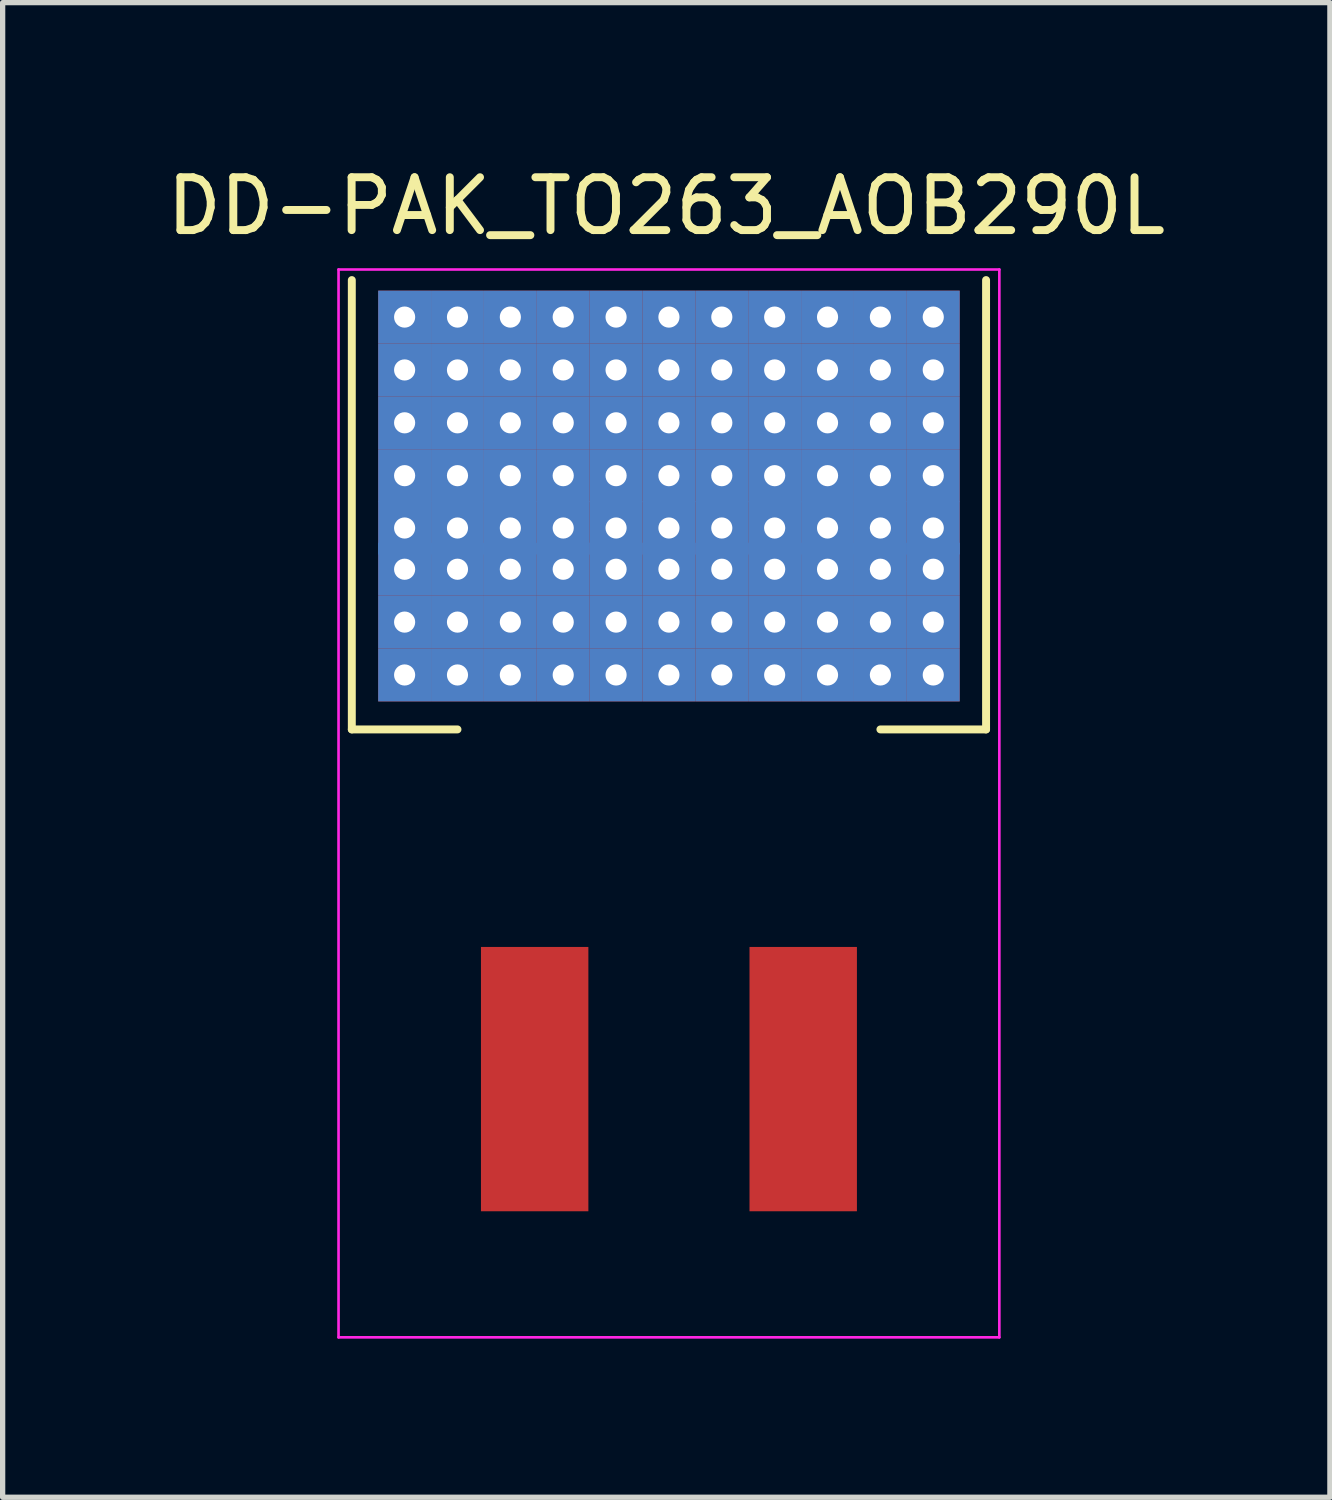
<source format=kicad_pcb>
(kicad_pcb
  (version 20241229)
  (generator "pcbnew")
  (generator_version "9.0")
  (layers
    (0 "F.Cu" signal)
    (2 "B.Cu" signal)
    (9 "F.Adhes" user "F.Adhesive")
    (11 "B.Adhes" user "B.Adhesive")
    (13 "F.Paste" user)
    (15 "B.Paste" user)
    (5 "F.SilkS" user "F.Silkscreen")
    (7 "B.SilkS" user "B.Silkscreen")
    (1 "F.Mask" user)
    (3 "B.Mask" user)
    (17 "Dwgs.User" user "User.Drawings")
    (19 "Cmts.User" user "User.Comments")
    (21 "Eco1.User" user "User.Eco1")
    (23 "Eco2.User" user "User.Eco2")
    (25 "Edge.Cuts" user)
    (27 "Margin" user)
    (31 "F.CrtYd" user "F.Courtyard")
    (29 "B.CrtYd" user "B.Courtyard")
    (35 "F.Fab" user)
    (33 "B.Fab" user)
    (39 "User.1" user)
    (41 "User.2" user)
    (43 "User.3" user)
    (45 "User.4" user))
  (footprint "DD-PAK_TO263_AOB290L"
    (layer "F.Cu")
    (at 3.904 2.248)
    (property "Reference" "DD-PAK_TO263_AOB290L" (at 5.65 -1.4 0) (layer "F.SilkS") (effects (font (size 1 1) (thickness 0.15))))
    (attr smd)
    (fp_line (start 0.2 0.2) (end 11.2 0.2) (stroke (width 0.45) (type solid)) (layer "F.Mask"))
    (fp_line (start 0.2 7.98) (end 0.2 0.2) (stroke (width 0.45) (type solid)) (layer "F.Mask"))
    (fp_line (start 0.44 0.37) (end 0.44 7.95) (stroke (width 0.45) (type solid)) (layer "F.Mask"))
    (fp_line (start 0.45 1.2) (end 10.95 1.2) (stroke (width 0.45) (type solid)) (layer "F.Mask"))
    (fp_line (start 0.45 2.2) (end 10.95 2.2) (stroke (width 0.45) (type solid)) (layer "F.Mask"))
    (fp_line (start 0.45 3.2) (end 10.95 3.2) (stroke (width 0.45) (type solid)) (layer "F.Mask"))
    (fp_line (start 0.45 5.19) (end 10.95 5.19) (stroke (width 0.45) (type solid)) (layer "F.Mask"))
    (fp_line (start 0.45 5.97) (end 10.95 5.97) (stroke (width 0.45) (type solid)) (layer "F.Mask"))
    (fp_line (start 0.45 6.97) (end 10.95 6.97) (stroke (width 0.45) (type solid)) (layer "F.Mask"))
    (fp_line (start 0.46 4.18) (end 10.96 4.18) (stroke (width 0.45) (type solid)) (layer "F.Mask"))
    (fp_line (start 0.78 0.37) (end 0.78 7.95) (stroke (width 0.45) (type solid)) (layer "F.Mask"))
    (fp_line (start 1.2 0.4) (end 1.2 7.98) (stroke (width 0.45) (type solid)) (layer "F.Mask"))
    (fp_line (start 1.54 0.37) (end 1.54 7.95) (stroke (width 0.45) (type solid)) (layer "F.Mask"))
    (fp_line (start 1.88 0.37) (end 1.88 7.95) (stroke (width 0.45) (type solid)) (layer "F.Mask"))
    (fp_line (start 2.2 0.4) (end 2.2 7.98) (stroke (width 0.45) (type solid)) (layer "F.Mask"))
    (fp_line (start 2.3 0.4) (end 2.3 7.98) (stroke (width 0.45) (type solid)) (layer "F.Mask"))
    (fp_line (start 2.57 0.32) (end 2.57 7.9) (stroke (width 0.45) (type solid)) (layer "F.Mask"))
    (fp_line (start 2.91 0.32) (end 2.91 7.9) (stroke (width 0.45) (type solid)) (layer "F.Mask"))
    (fp_line (start 3.2 0.4) (end 3.2 7.98) (stroke (width 0.45) (type solid)) (layer "F.Mask"))
    (fp_line (start 3.33 0.35) (end 3.33 7.93) (stroke (width 0.45) (type solid)) (layer "F.Mask"))
    (fp_line (start 3.41 0.32) (end 3.41 7.9) (stroke (width 0.45) (type solid)) (layer "F.Mask"))
    (fp_line (start 3.75 0.32) (end 3.75 7.9) (stroke (width 0.45) (type solid)) (layer "F.Mask"))
    (fp_line (start 4.17 0.35) (end 4.17 7.93) (stroke (width 0.45) (type solid)) (layer "F.Mask"))
    (fp_line (start 4.2 0.4) (end 4.2 7.98) (stroke (width 0.45) (type solid)) (layer "F.Mask"))
    (fp_line (start 4.51 0.29) (end 4.51 7.87) (stroke (width 0.45) (type solid)) (layer "F.Mask"))
    (fp_line (start 4.85 0.29) (end 4.85 7.87) (stroke (width 0.45) (type solid)) (layer "F.Mask"))
    (fp_line (start 5.2 0.4) (end 5.2 7.98) (stroke (width 0.45) (type solid)) (layer "F.Mask"))
    (fp_line (start 5.27 0.32) (end 5.27 7.9) (stroke (width 0.45) (type solid)) (layer "F.Mask"))
    (fp_line (start 5.45 0.29) (end 5.45 7.87) (stroke (width 0.45) (type solid)) (layer "F.Mask"))
    (fp_line (start 5.79 0.29) (end 5.79 7.87) (stroke (width 0.45) (type solid)) (layer "F.Mask"))
    (fp_line (start 6.2 0.4) (end 6.2 7.98) (stroke (width 0.45) (type solid)) (layer "F.Mask"))
    (fp_line (start 6.21 0.32) (end 6.21 7.9) (stroke (width 0.45) (type solid)) (layer "F.Mask"))
    (fp_line (start 6.43 0.32) (end 6.43 7.9) (stroke (width 0.45) (type solid)) (layer "F.Mask"))
    (fp_line (start 6.77 0.32) (end 6.77 7.9) (stroke (width 0.45) (type solid)) (layer "F.Mask"))
    (fp_line (start 7.19 0.35) (end 7.19 7.93) (stroke (width 0.45) (type solid)) (layer "F.Mask"))
    (fp_line (start 7.2 0.4) (end 7.2 7.98) (stroke (width 0.45) (type solid)) (layer "F.Mask"))
    (fp_line (start 7.41 0.32) (end 7.41 7.9) (stroke (width 0.45) (type solid)) (layer "F.Mask"))
    (fp_line (start 7.75 0.32) (end 7.75 7.9) (stroke (width 0.45) (type solid)) (layer "F.Mask"))
    (fp_line (start 8.17 0.35) (end 8.17 7.93) (stroke (width 0.45) (type solid)) (layer "F.Mask"))
    (fp_line (start 8.2 0.4) (end 8.2 7.98) (stroke (width 0.45) (type solid)) (layer "F.Mask"))
    (fp_line (start 8.32 0.27) (end 8.32 7.85) (stroke (width 0.45) (type solid)) (layer "F.Mask"))
    (fp_line (start 8.66 0.27) (end 8.66 7.85) (stroke (width 0.45) (type solid)) (layer "F.Mask"))
    (fp_line (start 9.08 0.3) (end 9.08 7.88) (stroke (width 0.45) (type solid)) (layer "F.Mask"))
    (fp_line (start 9.2 0.4) (end 9.2 7.98) (stroke (width 0.45) (type solid)) (layer "F.Mask"))
    (fp_line (start 9.52 0.29) (end 9.52 7.87) (stroke (width 0.45) (type solid)) (layer "F.Mask"))
    (fp_line (start 9.86 0.29) (end 9.86 7.87) (stroke (width 0.45) (type solid)) (layer "F.Mask"))
    (fp_line (start 10.16 0.25) (end 10.16 7.83) (stroke (width 0.45) (type solid)) (layer "F.Mask"))
    (fp_line (start 10.2 0.4) (end 10.2 7.98) (stroke (width 0.45) (type solid)) (layer "F.Mask"))
    (fp_line (start 10.28 0.32) (end 10.28 7.9) (stroke (width 0.45) (type solid)) (layer "F.Mask"))
    (fp_line (start 10.5 0.25) (end 10.5 7.83) (stroke (width 0.45) (type solid)) (layer "F.Mask"))
    (fp_line (start 10.92 0.28) (end 10.92 7.86) (stroke (width 0.45) (type solid)) (layer "F.Mask"))
    (fp_line (start 11.2 0.2) (end 11.2 7.98) (stroke (width 0.45) (type solid)) (layer "F.Mask"))
    (fp_line (start 11.2 7.98) (end 0.2 7.98) (stroke (width 0.45) (type solid)) (layer "F.Mask"))
    (fp_circle (center 0.7 0.7) (end 0.8 0.7) (stroke (width 0.215) (type solid)) (fill no) (layer "F.Mask"))
    (fp_circle (center 0.7 1.7) (end 0.8 1.7) (stroke (width 0.215) (type solid)) (fill no) (layer "F.Mask"))
    (fp_circle (center 0.7 2.7) (end 0.8 2.7) (stroke (width 0.215) (type solid)) (fill no) (layer "F.Mask"))
    (fp_circle (center 0.7 3.7) (end 0.8 3.7) (stroke (width 0.215) (type solid)) (fill no) (layer "F.Mask"))
    (fp_circle (center 0.7 5.47) (end 0.8 5.47) (stroke (width 0.215) (type solid)) (fill no) (layer "F.Mask"))
    (fp_circle (center 0.7 6.47) (end 0.8 6.47) (stroke (width 0.215) (type solid)) (fill no) (layer "F.Mask"))
    (fp_circle (center 0.7 7.47) (end 0.8 7.47) (stroke (width 0.215) (type solid)) (fill no) (layer "F.Mask"))
    (fp_circle (center 1.7 0.7) (end 1.8 0.7) (stroke (width 0.215) (type solid)) (fill no) (layer "F.Mask"))
    (fp_circle (center 1.7 1.7) (end 1.8 1.7) (stroke (width 0.215) (type solid)) (fill no) (layer "F.Mask"))
    (fp_circle (center 1.7 2.7) (end 1.8 2.7) (stroke (width 0.215) (type solid)) (fill no) (layer "F.Mask"))
    (fp_circle (center 1.7 3.7) (end 1.8 3.7) (stroke (width 0.215) (type solid)) (fill no) (layer "F.Mask"))
    (fp_circle (center 1.7 5.47) (end 1.8 5.47) (stroke (width 0.215) (type solid)) (fill no) (layer "F.Mask"))
    (fp_circle (center 1.7 6.47) (end 1.8 6.47) (stroke (width 0.215) (type solid)) (fill no) (layer "F.Mask"))
    (fp_circle (center 1.7 7.47) (end 1.8 7.47) (stroke (width 0.215) (type solid)) (fill no) (layer "F.Mask"))
    (fp_circle (center 2.7 0.7) (end 2.8 0.7) (stroke (width 0.215) (type solid)) (fill no) (layer "F.Mask"))
    (fp_circle (center 2.7 1.7) (end 2.8 1.7) (stroke (width 0.215) (type solid)) (fill no) (layer "F.Mask"))
    (fp_circle (center 2.7 2.7) (end 2.8 2.7) (stroke (width 0.215) (type solid)) (fill no) (layer "F.Mask"))
    (fp_circle (center 2.7 3.7) (end 2.8 3.7) (stroke (width 0.215) (type solid)) (fill no) (layer "F.Mask"))
    (fp_circle (center 2.7 5.47) (end 2.8 5.47) (stroke (width 0.215) (type solid)) (fill no) (layer "F.Mask"))
    (fp_circle (center 2.7 6.47) (end 2.8 6.47) (stroke (width 0.215) (type solid)) (fill no) (layer "F.Mask"))
    (fp_circle (center 2.7 7.47) (end 2.8 7.47) (stroke (width 0.215) (type solid)) (fill no) (layer "F.Mask"))
    (fp_circle (center 3.7 0.7) (end 3.8 0.7) (stroke (width 0.215) (type solid)) (fill no) (layer "F.Mask"))
    (fp_circle (center 3.7 1.7) (end 3.8 1.7) (stroke (width 0.215) (type solid)) (fill no) (layer "F.Mask"))
    (fp_circle (center 3.7 2.7) (end 3.8 2.7) (stroke (width 0.215) (type solid)) (fill no) (layer "F.Mask"))
    (fp_circle (center 3.7 3.7) (end 3.8 3.7) (stroke (width 0.215) (type solid)) (fill no) (layer "F.Mask"))
    (fp_circle (center 3.7 5.47) (end 3.8 5.47) (stroke (width 0.215) (type solid)) (fill no) (layer "F.Mask"))
    (fp_circle (center 3.7 6.47) (end 3.8 6.47) (stroke (width 0.215) (type solid)) (fill no) (layer "F.Mask"))
    (fp_circle (center 3.7 7.47) (end 3.8 7.47) (stroke (width 0.215) (type solid)) (fill no) (layer "F.Mask"))
    (fp_circle (center 4.7 0.7) (end 4.8 0.7) (stroke (width 0.215) (type solid)) (fill no) (layer "F.Mask"))
    (fp_circle (center 4.7 1.7) (end 4.8 1.7) (stroke (width 0.215) (type solid)) (fill no) (layer "F.Mask"))
    (fp_circle (center 4.7 2.7) (end 4.8 2.7) (stroke (width 0.215) (type solid)) (fill no) (layer "F.Mask"))
    (fp_circle (center 4.7 3.7) (end 4.8 3.7) (stroke (width 0.215) (type solid)) (fill no) (layer "F.Mask"))
    (fp_circle (center 4.7 5.47) (end 4.8 5.47) (stroke (width 0.215) (type solid)) (fill no) (layer "F.Mask"))
    (fp_circle (center 4.7 6.47) (end 4.8 6.47) (stroke (width 0.215) (type solid)) (fill no) (layer "F.Mask"))
    (fp_circle (center 4.7 7.47) (end 4.8 7.47) (stroke (width 0.215) (type solid)) (fill no) (layer "F.Mask"))
    (fp_circle (center 5.7 0.7) (end 5.8 0.7) (stroke (width 0.215) (type solid)) (fill no) (layer "F.Mask"))
    (fp_circle (center 5.7 1.7) (end 5.8 1.7) (stroke (width 0.215) (type solid)) (fill no) (layer "F.Mask"))
    (fp_circle (center 5.7 2.7) (end 5.8 2.7) (stroke (width 0.215) (type solid)) (fill no) (layer "F.Mask"))
    (fp_circle (center 5.7 3.7) (end 5.8 3.7) (stroke (width 0.215) (type solid)) (fill no) (layer "F.Mask"))
    (fp_circle (center 5.7 5.47) (end 5.8 5.47) (stroke (width 0.215) (type solid)) (fill no) (layer "F.Mask"))
    (fp_circle (center 5.7 6.47) (end 5.8 6.47) (stroke (width 0.215) (type solid)) (fill no) (layer "F.Mask"))
    (fp_circle (center 5.7 7.47) (end 5.8 7.47) (stroke (width 0.215) (type solid)) (fill no) (layer "F.Mask"))
    (fp_circle (center 6.7 0.7) (end 6.8 0.7) (stroke (width 0.215) (type solid)) (fill no) (layer "F.Mask"))
    (fp_circle (center 6.7 1.7) (end 6.8 1.7) (stroke (width 0.215) (type solid)) (fill no) (layer "F.Mask"))
    (fp_circle (center 6.7 2.7) (end 6.8 2.7) (stroke (width 0.215) (type solid)) (fill no) (layer "F.Mask"))
    (fp_circle (center 6.7 3.7) (end 6.8 3.7) (stroke (width 0.215) (type solid)) (fill no) (layer "F.Mask"))
    (fp_circle (center 6.7 5.47) (end 6.8 5.47) (stroke (width 0.215) (type solid)) (fill no) (layer "F.Mask"))
    (fp_circle (center 6.7 6.47) (end 6.8 6.47) (stroke (width 0.215) (type solid)) (fill no) (layer "F.Mask"))
    (fp_circle (center 6.7 7.47) (end 6.8 7.47) (stroke (width 0.215) (type solid)) (fill no) (layer "F.Mask"))
    (fp_circle (center 7.7 0.7) (end 7.8 0.7) (stroke (width 0.215) (type solid)) (fill no) (layer "F.Mask"))
    (fp_circle (center 7.7 1.7) (end 7.8 1.7) (stroke (width 0.215) (type solid)) (fill no) (layer "F.Mask"))
    (fp_circle (center 7.7 2.7) (end 7.8 2.7) (stroke (width 0.215) (type solid)) (fill no) (layer "F.Mask"))
    (fp_circle (center 7.7 3.7) (end 7.8 3.7) (stroke (width 0.215) (type solid)) (fill no) (layer "F.Mask"))
    (fp_circle (center 7.7 5.47) (end 7.8 5.47) (stroke (width 0.215) (type solid)) (fill no) (layer "F.Mask"))
    (fp_circle (center 7.7 6.47) (end 7.8 6.47) (stroke (width 0.215) (type solid)) (fill no) (layer "F.Mask"))
    (fp_circle (center 7.7 7.47) (end 7.8 7.47) (stroke (width 0.215) (type solid)) (fill no) (layer "F.Mask"))
    (fp_circle (center 8.7 0.7) (end 8.8 0.7) (stroke (width 0.215) (type solid)) (fill no) (layer "F.Mask"))
    (fp_circle (center 8.7 1.7) (end 8.8 1.7) (stroke (width 0.215) (type solid)) (fill no) (layer "F.Mask"))
    (fp_circle (center 8.7 2.7) (end 8.8 2.7) (stroke (width 0.215) (type solid)) (fill no) (layer "F.Mask"))
    (fp_circle (center 8.7 3.7) (end 8.8 3.7) (stroke (width 0.215) (type solid)) (fill no) (layer "F.Mask"))
    (fp_circle (center 8.7 5.47) (end 8.8 5.47) (stroke (width 0.215) (type solid)) (fill no) (layer "F.Mask"))
    (fp_circle (center 8.7 6.47) (end 8.8 6.47) (stroke (width 0.215) (type solid)) (fill no) (layer "F.Mask"))
    (fp_circle (center 8.7 7.47) (end 8.8 7.47) (stroke (width 0.215) (type solid)) (fill no) (layer "F.Mask"))
    (fp_circle (center 9.7 0.7) (end 9.8 0.7) (stroke (width 0.215) (type solid)) (fill no) (layer "F.Mask"))
    (fp_circle (center 9.7 1.7) (end 9.8 1.7) (stroke (width 0.215) (type solid)) (fill no) (layer "F.Mask"))
    (fp_circle (center 9.7 2.7) (end 9.8 2.7) (stroke (width 0.215) (type solid)) (fill no) (layer "F.Mask"))
    (fp_circle (center 9.7 3.7) (end 9.8 3.7) (stroke (width 0.215) (type solid)) (fill no) (layer "F.Mask"))
    (fp_circle (center 9.7 5.47) (end 9.8 5.47) (stroke (width 0.215) (type solid)) (fill no) (layer "F.Mask"))
    (fp_circle (center 9.7 6.47) (end 9.8 6.47) (stroke (width 0.215) (type solid)) (fill no) (layer "F.Mask"))
    (fp_circle (center 9.7 7.47) (end 9.8 7.47) (stroke (width 0.215) (type solid)) (fill no) (layer "F.Mask"))
    (fp_circle (center 10.7 0.7) (end 10.8 0.7) (stroke (width 0.215) (type solid)) (fill no) (layer "F.Mask"))
    (fp_circle (center 10.7 1.7) (end 10.8 1.7) (stroke (width 0.215) (type solid)) (fill no) (layer "F.Mask"))
    (fp_circle (center 10.7 2.7) (end 10.8 2.7) (stroke (width 0.215) (type solid)) (fill no) (layer "F.Mask"))
    (fp_circle (center 10.7 3.7) (end 10.8 3.7) (stroke (width 0.215) (type solid)) (fill no) (layer "F.Mask"))
    (fp_circle (center 10.7 5.47) (end 10.8 5.47) (stroke (width 0.215) (type solid)) (fill no) (layer "F.Mask"))
    (fp_circle (center 10.7 6.47) (end 10.8 6.47) (stroke (width 0.215) (type solid)) (fill no) (layer "F.Mask"))
    (fp_circle (center 10.7 7.47) (end 10.8 7.47) (stroke (width 0.215) (type solid)) (fill no) (layer "F.Mask"))
    (fp_line (start -0.299 0) (end -0.299 8.5) (stroke (width 0.15) (type solid)) (layer "F.SilkS"))
    (fp_line (start -0.299 8.5) (end 1.7 8.5) (stroke (width 0.15) (type solid)) (layer "F.SilkS"))
    (fp_line (start 9.7 8.5) (end 11.699 8.5) (stroke (width 0.15) (type solid)) (layer "F.SilkS"))
    (fp_line (start 11.699 8.5) (end 11.699 0) (stroke (width 0.15) (type solid)) (layer "F.SilkS"))
    (fp_line (start 0.45 1.2) (end 10.95 1.2) (stroke (width 0.45) (type solid)) (layer "F.Paste"))
    (fp_line (start 0.45 2.2) (end 10.95 2.2) (stroke (width 0.45) (type solid)) (layer "F.Paste"))
    (fp_line (start 0.45 3.2) (end 10.95 3.2) (stroke (width 0.45) (type solid)) (layer "F.Paste"))
    (fp_line (start 0.45 5.19) (end 10.95 5.19) (stroke (width 0.45) (type solid)) (layer "F.Paste"))
    (fp_line (start 0.45 5.97) (end 10.95 5.97) (stroke (width 0.45) (type solid)) (layer "F.Paste"))
    (fp_line (start 0.45 6.97) (end 10.95 6.97) (stroke (width 0.45) (type solid)) (layer "F.Paste"))
    (fp_line (start -0.55 -0.2) (end 11.95 -0.2) (stroke (width 0.05) (type solid)) (layer "F.CrtYd"))
    (fp_line (start -0.55 20) (end -0.55 -0.2) (stroke (width 0.05) (type solid)) (layer "F.CrtYd"))
    (fp_line (start 11.95 -0.2) (end 11.95 20) (stroke (width 0.05) (type solid)) (layer "F.CrtYd"))
    (fp_line (start 11.95 20) (end -0.55 20) (stroke (width 0.05) (type solid)) (layer "F.CrtYd"))
    (pad "1" smd rect (at 3.16 15.115) (size 2.032 5) (layers "F.Cu" "F.Mask" "F.Paste"))
    (pad "2" thru_hole rect (at 0.7 0.7) (size 1 1) (drill 0.4) (layers "*.Cu" "B.Mask"))
    (pad "2" thru_hole rect (at 0.7 1.7) (size 1 1) (drill 0.4) (layers "*.Cu" "B.Mask"))
    (pad "2" thru_hole rect (at 0.7 2.7) (size 1 1) (drill 0.4) (layers "*.Cu" "B.Mask"))
    (pad "2" thru_hole rect (at 0.7 3.7) (size 1 1) (drill 0.4) (layers "*.Cu" "B.Mask"))
    (pad "2" thru_hole rect (at 0.7 4.69) (size 1 1) (drill 0.4) (layers "*.Cu" "B.Mask"))
    (pad "2" thru_hole rect (at 0.7 5.47) (size 1 1) (drill 0.4) (layers "*.Cu" "B.Mask"))
    (pad "2" thru_hole rect (at 0.7 6.47) (size 1 1) (drill 0.4) (layers "*.Cu" "B.Mask"))
    (pad "2" thru_hole rect (at 0.7 7.47) (size 1 1) (drill 0.4) (layers "*.Cu" "B.Mask"))
    (pad "2" thru_hole rect (at 1.7 0.7) (size 1 1) (drill 0.4) (layers "*.Cu" "B.Mask"))
    (pad "2" thru_hole rect (at 1.7 1.7) (size 1 1) (drill 0.4) (layers "*.Cu" "B.Mask"))
    (pad "2" thru_hole rect (at 1.7 2.7) (size 1 1) (drill 0.4) (layers "*.Cu" "B.Mask"))
    (pad "2" thru_hole rect (at 1.7 3.7) (size 1 1) (drill 0.4) (layers "*.Cu" "B.Mask"))
    (pad "2" thru_hole rect (at 1.7 4.69) (size 1 1) (drill 0.4) (layers "*.Cu" "B.Mask"))
    (pad "2" thru_hole rect (at 1.7 5.47) (size 1 1) (drill 0.4) (layers "*.Cu" "B.Mask"))
    (pad "2" thru_hole rect (at 1.7 6.47) (size 1 1) (drill 0.4) (layers "*.Cu" "B.Mask"))
    (pad "2" thru_hole rect (at 1.7 7.47) (size 1 1) (drill 0.4) (layers "*.Cu" "B.Mask"))
    (pad "2" thru_hole rect (at 2.7 0.7) (size 1 1) (drill 0.4) (layers "*.Cu" "B.Mask"))
    (pad "2" thru_hole rect (at 2.7 1.7) (size 1 1) (drill 0.4) (layers "*.Cu" "B.Mask"))
    (pad "2" thru_hole rect (at 2.7 2.7) (size 1 1) (drill 0.4) (layers "*.Cu" "B.Mask"))
    (pad "2" thru_hole rect (at 2.7 3.7) (size 1 1) (drill 0.4) (layers "*.Cu" "B.Mask"))
    (pad "2" thru_hole rect (at 2.7 4.69) (size 1 1) (drill 0.4) (layers "*.Cu" "B.Mask"))
    (pad "2" thru_hole rect (at 2.7 5.47) (size 1 1) (drill 0.4) (layers "*.Cu" "B.Mask"))
    (pad "2" thru_hole rect (at 2.7 6.47) (size 1 1) (drill 0.4) (layers "*.Cu" "B.Mask"))
    (pad "2" thru_hole rect (at 2.7 7.47) (size 1 1) (drill 0.4) (layers "*.Cu" "B.Mask"))
    (pad "2" thru_hole rect (at 3.7 0.7) (size 1 1) (drill 0.4) (layers "*.Cu" "B.Mask"))
    (pad "2" thru_hole rect (at 3.7 1.7) (size 1 1) (drill 0.4) (layers "*.Cu" "B.Mask"))
    (pad "2" thru_hole rect (at 3.7 2.7) (size 1 1) (drill 0.4) (layers "*.Cu" "B.Mask"))
    (pad "2" thru_hole rect (at 3.7 3.7) (size 1 1) (drill 0.4) (layers "*.Cu" "B.Mask"))
    (pad "2" thru_hole rect (at 3.7 4.69) (size 1 1) (drill 0.4) (layers "*.Cu" "B.Mask"))
    (pad "2" thru_hole rect (at 3.7 5.47) (size 1 1) (drill 0.4) (layers "*.Cu" "B.Mask"))
    (pad "2" thru_hole rect (at 3.7 6.47) (size 1 1) (drill 0.4) (layers "*.Cu" "B.Mask"))
    (pad "2" thru_hole rect (at 3.7 7.47) (size 1 1) (drill 0.4) (layers "*.Cu" "B.Mask"))
    (pad "2" thru_hole rect (at 4.7 0.7) (size 1 1) (drill 0.4) (layers "*.Cu" "B.Mask"))
    (pad "2" thru_hole rect (at 4.7 1.7) (size 1 1) (drill 0.4) (layers "*.Cu" "B.Mask"))
    (pad "2" thru_hole rect (at 4.7 2.7) (size 1 1) (drill 0.4) (layers "*.Cu" "B.Mask"))
    (pad "2" thru_hole rect (at 4.7 3.7) (size 1 1) (drill 0.4) (layers "*.Cu" "B.Mask"))
    (pad "2" thru_hole rect (at 4.7 4.69) (size 1 1) (drill 0.4) (layers "*.Cu" "B.Mask"))
    (pad "2" thru_hole rect (at 4.7 5.47) (size 1 1) (drill 0.4) (layers "*.Cu" "B.Mask"))
    (pad "2" thru_hole rect (at 4.7 6.47) (size 1 1) (drill 0.4) (layers "*.Cu" "B.Mask"))
    (pad "2" thru_hole rect (at 4.7 7.47) (size 1 1) (drill 0.4) (layers "*.Cu" "B.Mask"))
    (pad "2" thru_hole rect (at 5.7 0.7) (size 1 1) (drill 0.4) (layers "*.Cu" "B.Mask"))
    (pad "2" thru_hole rect (at 5.7 1.7) (size 1 1) (drill 0.4) (layers "*.Cu" "B.Mask"))
    (pad "2" thru_hole rect (at 5.7 2.7) (size 1 1) (drill 0.4) (layers "*.Cu" "B.Mask"))
    (pad "2" thru_hole rect (at 5.7 3.7) (size 1 1) (drill 0.4) (layers "*.Cu" "B.Mask"))
    (pad "2" thru_hole rect (at 5.7 4.69) (size 1 1) (drill 0.4) (layers "*.Cu" "B.Mask"))
    (pad "2" thru_hole rect (at 5.7 5.47) (size 1 1) (drill 0.4) (layers "*.Cu" "B.Mask"))
    (pad "2" thru_hole rect (at 5.7 6.47) (size 1 1) (drill 0.4) (layers "*.Cu" "B.Mask"))
    (pad "2" thru_hole rect (at 5.7 7.47) (size 1 1) (drill 0.4) (layers "*.Cu" "B.Mask"))
    (pad "2" thru_hole rect (at 6.7 0.7) (size 1 1) (drill 0.4) (layers "*.Cu" "B.Mask"))
    (pad "2" thru_hole rect (at 6.7 1.7) (size 1 1) (drill 0.4) (layers "*.Cu" "B.Mask"))
    (pad "2" thru_hole rect (at 6.7 2.7) (size 1 1) (drill 0.4) (layers "*.Cu" "B.Mask"))
    (pad "2" thru_hole rect (at 6.7 3.7) (size 1 1) (drill 0.4) (layers "*.Cu" "B.Mask"))
    (pad "2" thru_hole rect (at 6.7 4.69) (size 1 1) (drill 0.4) (layers "*.Cu" "B.Mask"))
    (pad "2" thru_hole rect (at 6.7 5.47) (size 1 1) (drill 0.4) (layers "*.Cu" "B.Mask"))
    (pad "2" thru_hole rect (at 6.7 6.47) (size 1 1) (drill 0.4) (layers "*.Cu" "B.Mask"))
    (pad "2" thru_hole rect (at 6.7 7.47) (size 1 1) (drill 0.4) (layers "*.Cu" "B.Mask"))
    (pad "2" thru_hole rect (at 7.7 0.7) (size 1 1) (drill 0.4) (layers "*.Cu" "B.Mask"))
    (pad "2" thru_hole rect (at 7.7 1.7) (size 1 1) (drill 0.4) (layers "*.Cu" "B.Mask"))
    (pad "2" thru_hole rect (at 7.7 2.7) (size 1 1) (drill 0.4) (layers "*.Cu" "B.Mask"))
    (pad "2" thru_hole rect (at 7.7 3.7) (size 1 1) (drill 0.4) (layers "*.Cu" "B.Mask"))
    (pad "2" thru_hole rect (at 7.7 4.69) (size 1 1) (drill 0.4) (layers "*.Cu" "B.Mask"))
    (pad "2" thru_hole rect (at 7.7 5.47) (size 1 1) (drill 0.4) (layers "*.Cu" "B.Mask"))
    (pad "2" thru_hole rect (at 7.7 6.47) (size 1 1) (drill 0.4) (layers "*.Cu" "B.Mask"))
    (pad "2" thru_hole rect (at 7.7 7.47) (size 1 1) (drill 0.4) (layers "*.Cu" "B.Mask"))
    (pad "2" thru_hole rect (at 8.7 0.7) (size 1 1) (drill 0.4) (layers "*.Cu" "B.Mask"))
    (pad "2" thru_hole rect (at 8.7 1.7) (size 1 1) (drill 0.4) (layers "*.Cu" "B.Mask"))
    (pad "2" thru_hole rect (at 8.7 2.7) (size 1 1) (drill 0.4) (layers "*.Cu" "B.Mask"))
    (pad "2" thru_hole rect (at 8.7 3.7) (size 1 1) (drill 0.4) (layers "*.Cu" "B.Mask"))
    (pad "2" thru_hole rect (at 8.7 4.69) (size 1 1) (drill 0.4) (layers "*.Cu" "B.Mask"))
    (pad "2" thru_hole rect (at 8.7 5.47) (size 1 1) (drill 0.4) (layers "*.Cu" "B.Mask"))
    (pad "2" thru_hole rect (at 8.7 6.47) (size 1 1) (drill 0.4) (layers "*.Cu" "B.Mask"))
    (pad "2" thru_hole rect (at 8.7 7.47) (size 1 1) (drill 0.4) (layers "*.Cu" "B.Mask"))
    (pad "2" thru_hole rect (at 9.7 0.7) (size 1 1) (drill 0.4) (layers "*.Cu" "B.Mask"))
    (pad "2" thru_hole rect (at 9.7 1.7) (size 1 1) (drill 0.4) (layers "*.Cu" "B.Mask"))
    (pad "2" thru_hole rect (at 9.7 2.7) (size 1 1) (drill 0.4) (layers "*.Cu" "B.Mask"))
    (pad "2" thru_hole rect (at 9.7 3.7) (size 1 1) (drill 0.4) (layers "*.Cu" "B.Mask"))
    (pad "2" thru_hole rect (at 9.7 4.69) (size 1 1) (drill 0.4) (layers "*.Cu" "B.Mask"))
    (pad "2" thru_hole rect (at 9.7 5.47) (size 1 1) (drill 0.4) (layers "*.Cu" "B.Mask"))
    (pad "2" thru_hole rect (at 9.7 6.47) (size 1 1) (drill 0.4) (layers "*.Cu" "B.Mask"))
    (pad "2" thru_hole rect (at 9.7 7.47) (size 1 1) (drill 0.4) (layers "*.Cu" "B.Mask"))
    (pad "2" thru_hole rect (at 10.7 0.7) (size 1 1) (drill 0.4) (layers "*.Cu" "B.Mask"))
    (pad "2" thru_hole rect (at 10.7 1.7) (size 1 1) (drill 0.4) (layers "*.Cu" "B.Mask"))
    (pad "2" thru_hole rect (at 10.7 2.7) (size 1 1) (drill 0.4) (layers "*.Cu" "B.Mask"))
    (pad "2" thru_hole rect (at 10.7 3.7) (size 1 1) (drill 0.4) (layers "*.Cu" "B.Mask"))
    (pad "2" thru_hole rect (at 10.7 4.69) (size 1 1) (drill 0.4) (layers "*.Cu" "B.Mask"))
    (pad "2" thru_hole rect (at 10.7 5.47) (size 1 1) (drill 0.4) (layers "*.Cu" "B.Mask"))
    (pad "2" thru_hole rect (at 10.7 6.47) (size 1 1) (drill 0.4) (layers "*.Cu" "B.Mask"))
    (pad "2" thru_hole rect (at 10.7 7.47) (size 1 1) (drill 0.4) (layers "*.Cu" "B.Mask"))
    (pad "3" smd rect (at 8.24 15.115) (size 2.032 5) (layers "F.Cu" "F.Mask" "F.Paste")))
  (gr_rect
    (start -3 -3)
    (end 22.107 25.273)
    (stroke (width 0.1) (type default))
    (fill no)
    (layer "Edge.Cuts")))
</source>
